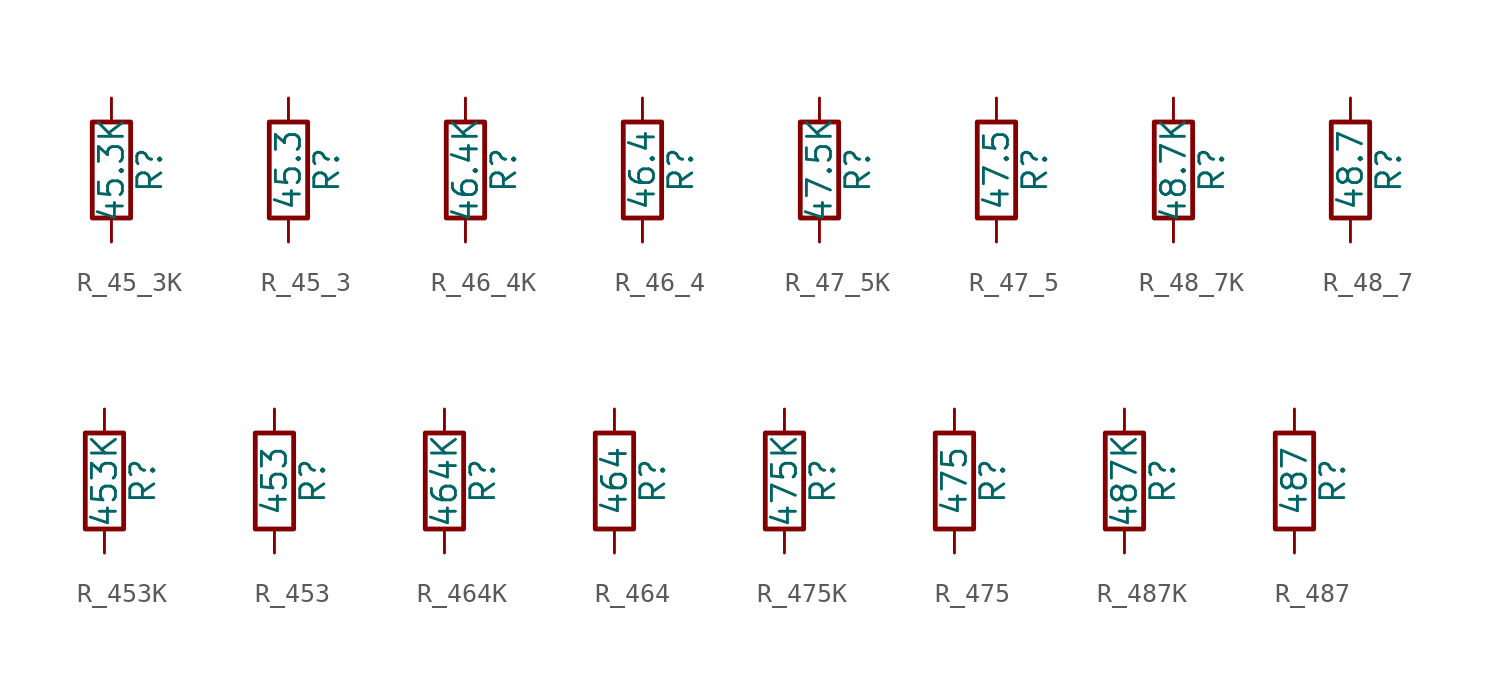
<source format=kicad_sym>
(kicad_symbol_lib
  (version 20211014)
  (generator atlantix-eda)
  (symbol "R_45_3K"
    (pin_numbers hide)
    (pin_names
      (offset 0))
    (property "Reference" "R"
      (at 2.032 0 90)
      (effects (font (size 1.27 1.27))))
    (property "Value" "45.3K"
      (at 0 0 90)
      (effects (font (size 1.27 1.27))))
    (symbol "R_45_3K_0_1"
      (rectangle (start -1.016 -2.54) (end 1.016 2.54) (stroke (width 0.254) (type default) (color 0 0 0 0)) (fill (type none))))
    (symbol "R_45_3K_1_1"
      (pin passive line (at 0 3.81 270) (length 1.27) (name "~" (effects (font (size 1.27 1.27)))) (number "1" (effects (font (size 1.27 1.27)))))
      (pin passive line (at 0 -3.81 90) (length 1.27) (name "~" (effects (font (size 1.27 1.27)))) (number "2" (effects (font (size 1.27 1.27)))))))
  (symbol "R_45_3"
    (pin_numbers hide)
    (pin_names
      (offset 0))
    (property "Reference" "R"
      (at 2.032 0 90)
      (effects (font (size 1.27 1.27))))
    (property "Value" "45.3"
      (at 0 0 90)
      (effects (font (size 1.27 1.27))))
    (symbol "R_45_3_0_1"
      (rectangle (start -1.016 -2.54) (end 1.016 2.54) (stroke (width 0.254) (type default) (color 0 0 0 0)) (fill (type none))))
    (symbol "R_45_3_1_1"
      (pin passive line (at 0 3.81 270) (length 1.27) (name "~" (effects (font (size 1.27 1.27)))) (number "1" (effects (font (size 1.27 1.27)))))
      (pin passive line (at 0 -3.81 90) (length 1.27) (name "~" (effects (font (size 1.27 1.27)))) (number "2" (effects (font (size 1.27 1.27)))))))
  (symbol "R_46_4K"
    (pin_numbers hide)
    (pin_names
      (offset 0))
    (property "Reference" "R"
      (at 2.032 0 90)
      (effects (font (size 1.27 1.27))))
    (property "Value" "46.4K"
      (at 0 0 90)
      (effects (font (size 1.27 1.27))))
    (symbol "R_46_4K_0_1"
      (rectangle (start -1.016 -2.54) (end 1.016 2.54) (stroke (width 0.254) (type default) (color 0 0 0 0)) (fill (type none))))
    (symbol "R_46_4K_1_1"
      (pin passive line (at 0 3.81 270) (length 1.27) (name "~" (effects (font (size 1.27 1.27)))) (number "1" (effects (font (size 1.27 1.27)))))
      (pin passive line (at 0 -3.81 90) (length 1.27) (name "~" (effects (font (size 1.27 1.27)))) (number "2" (effects (font (size 1.27 1.27)))))))
  (symbol "R_46_4"
    (pin_numbers hide)
    (pin_names
      (offset 0))
    (property "Reference" "R"
      (at 2.032 0 90)
      (effects (font (size 1.27 1.27))))
    (property "Value" "46.4"
      (at 0 0 90)
      (effects (font (size 1.27 1.27))))
    (symbol "R_46_4_0_1"
      (rectangle (start -1.016 -2.54) (end 1.016 2.54) (stroke (width 0.254) (type default) (color 0 0 0 0)) (fill (type none))))
    (symbol "R_46_4_1_1"
      (pin passive line (at 0 3.81 270) (length 1.27) (name "~" (effects (font (size 1.27 1.27)))) (number "1" (effects (font (size 1.27 1.27)))))
      (pin passive line (at 0 -3.81 90) (length 1.27) (name "~" (effects (font (size 1.27 1.27)))) (number "2" (effects (font (size 1.27 1.27)))))))
  (symbol "R_47_5K"
    (pin_numbers hide)
    (pin_names
      (offset 0))
    (property "Reference" "R"
      (at 2.032 0 90)
      (effects (font (size 1.27 1.27))))
    (property "Value" "47.5K"
      (at 0 0 90)
      (effects (font (size 1.27 1.27))))
    (symbol "R_47_5K_0_1"
      (rectangle (start -1.016 -2.54) (end 1.016 2.54) (stroke (width 0.254) (type default) (color 0 0 0 0)) (fill (type none))))
    (symbol "R_47_5K_1_1"
      (pin passive line (at 0 3.81 270) (length 1.27) (name "~" (effects (font (size 1.27 1.27)))) (number "1" (effects (font (size 1.27 1.27)))))
      (pin passive line (at 0 -3.81 90) (length 1.27) (name "~" (effects (font (size 1.27 1.27)))) (number "2" (effects (font (size 1.27 1.27)))))))
  (symbol "R_47_5"
    (pin_numbers hide)
    (pin_names
      (offset 0))
    (property "Reference" "R"
      (at 2.032 0 90)
      (effects (font (size 1.27 1.27))))
    (property "Value" "47.5"
      (at 0 0 90)
      (effects (font (size 1.27 1.27))))
    (symbol "R_47_5_0_1"
      (rectangle (start -1.016 -2.54) (end 1.016 2.54) (stroke (width 0.254) (type default) (color 0 0 0 0)) (fill (type none))))
    (symbol "R_47_5_1_1"
      (pin passive line (at 0 3.81 270) (length 1.27) (name "~" (effects (font (size 1.27 1.27)))) (number "1" (effects (font (size 1.27 1.27)))))
      (pin passive line (at 0 -3.81 90) (length 1.27) (name "~" (effects (font (size 1.27 1.27)))) (number "2" (effects (font (size 1.27 1.27)))))))
  (symbol "R_48_7K"
    (pin_numbers hide)
    (pin_names
      (offset 0))
    (property "Reference" "R"
      (at 2.032 0 90)
      (effects (font (size 1.27 1.27))))
    (property "Value" "48.7K"
      (at 0 0 90)
      (effects (font (size 1.27 1.27))))
    (symbol "R_48_7K_0_1"
      (rectangle (start -1.016 -2.54) (end 1.016 2.54) (stroke (width 0.254) (type default) (color 0 0 0 0)) (fill (type none))))
    (symbol "R_48_7K_1_1"
      (pin passive line (at 0 3.81 270) (length 1.27) (name "~" (effects (font (size 1.27 1.27)))) (number "1" (effects (font (size 1.27 1.27)))))
      (pin passive line (at 0 -3.81 90) (length 1.27) (name "~" (effects (font (size 1.27 1.27)))) (number "2" (effects (font (size 1.27 1.27)))))))
  (symbol "R_48_7"
    (pin_numbers hide)
    (pin_names
      (offset 0))
    (property "Reference" "R"
      (at 2.032 0 90)
      (effects (font (size 1.27 1.27))))
    (property "Value" "48.7"
      (at 0 0 90)
      (effects (font (size 1.27 1.27))))
    (symbol "R_48_7_0_1"
      (rectangle (start -1.016 -2.54) (end 1.016 2.54) (stroke (width 0.254) (type default) (color 0 0 0 0)) (fill (type none))))
    (symbol "R_48_7_1_1"
      (pin passive line (at 0 3.81 270) (length 1.27) (name "~" (effects (font (size 1.27 1.27)))) (number "1" (effects (font (size 1.27 1.27)))))
      (pin passive line (at 0 -3.81 90) (length 1.27) (name "~" (effects (font (size 1.27 1.27)))) (number "2" (effects (font (size 1.27 1.27)))))))
  (symbol "R_453K"
    (pin_numbers hide)
    (pin_names
      (offset 0))
    (property "Reference" "R"
      (at 2.032 0 90)
      (effects (font (size 1.27 1.27))))
    (property "Value" "453K"
      (at 0 0 90)
      (effects (font (size 1.27 1.27))))
    (symbol "R_453K_0_1"
      (rectangle (start -1.016 -2.54) (end 1.016 2.54) (stroke (width 0.254) (type default) (color 0 0 0 0)) (fill (type none))))
    (symbol "R_453K_1_1"
      (pin passive line (at 0 3.81 270) (length 1.27) (name "~" (effects (font (size 1.27 1.27)))) (number "1" (effects (font (size 1.27 1.27)))))
      (pin passive line (at 0 -3.81 90) (length 1.27) (name "~" (effects (font (size 1.27 1.27)))) (number "2" (effects (font (size 1.27 1.27)))))))
  (symbol "R_453"
    (pin_numbers hide)
    (pin_names
      (offset 0))
    (property "Reference" "R"
      (at 2.032 0 90)
      (effects (font (size 1.27 1.27))))
    (property "Value" "453"
      (at 0 0 90)
      (effects (font (size 1.27 1.27))))
    (symbol "R_453_0_1"
      (rectangle (start -1.016 -2.54) (end 1.016 2.54) (stroke (width 0.254) (type default) (color 0 0 0 0)) (fill (type none))))
    (symbol "R_453_1_1"
      (pin passive line (at 0 3.81 270) (length 1.27) (name "~" (effects (font (size 1.27 1.27)))) (number "1" (effects (font (size 1.27 1.27)))))
      (pin passive line (at 0 -3.81 90) (length 1.27) (name "~" (effects (font (size 1.27 1.27)))) (number "2" (effects (font (size 1.27 1.27)))))))
  (symbol "R_464K"
    (pin_numbers hide)
    (pin_names
      (offset 0))
    (property "Reference" "R"
      (at 2.032 0 90)
      (effects (font (size 1.27 1.27))))
    (property "Value" "464K"
      (at 0 0 90)
      (effects (font (size 1.27 1.27))))
    (symbol "R_464K_0_1"
      (rectangle (start -1.016 -2.54) (end 1.016 2.54) (stroke (width 0.254) (type default) (color 0 0 0 0)) (fill (type none))))
    (symbol "R_464K_1_1"
      (pin passive line (at 0 3.81 270) (length 1.27) (name "~" (effects (font (size 1.27 1.27)))) (number "1" (effects (font (size 1.27 1.27)))))
      (pin passive line (at 0 -3.81 90) (length 1.27) (name "~" (effects (font (size 1.27 1.27)))) (number "2" (effects (font (size 1.27 1.27)))))))
  (symbol "R_464"
    (pin_numbers hide)
    (pin_names
      (offset 0))
    (property "Reference" "R"
      (at 2.032 0 90)
      (effects (font (size 1.27 1.27))))
    (property "Value" "464"
      (at 0 0 90)
      (effects (font (size 1.27 1.27))))
    (symbol "R_464_0_1"
      (rectangle (start -1.016 -2.54) (end 1.016 2.54) (stroke (width 0.254) (type default) (color 0 0 0 0)) (fill (type none))))
    (symbol "R_464_1_1"
      (pin passive line (at 0 3.81 270) (length 1.27) (name "~" (effects (font (size 1.27 1.27)))) (number "1" (effects (font (size 1.27 1.27)))))
      (pin passive line (at 0 -3.81 90) (length 1.27) (name "~" (effects (font (size 1.27 1.27)))) (number "2" (effects (font (size 1.27 1.27)))))))
  (symbol "R_475K"
    (pin_numbers hide)
    (pin_names
      (offset 0))
    (property "Reference" "R"
      (at 2.032 0 90)
      (effects (font (size 1.27 1.27))))
    (property "Value" "475K"
      (at 0 0 90)
      (effects (font (size 1.27 1.27))))
    (symbol "R_475K_0_1"
      (rectangle (start -1.016 -2.54) (end 1.016 2.54) (stroke (width 0.254) (type default) (color 0 0 0 0)) (fill (type none))))
    (symbol "R_475K_1_1"
      (pin passive line (at 0 3.81 270) (length 1.27) (name "~" (effects (font (size 1.27 1.27)))) (number "1" (effects (font (size 1.27 1.27)))))
      (pin passive line (at 0 -3.81 90) (length 1.27) (name "~" (effects (font (size 1.27 1.27)))) (number "2" (effects (font (size 1.27 1.27)))))))
  (symbol "R_475"
    (pin_numbers hide)
    (pin_names
      (offset 0))
    (property "Reference" "R"
      (at 2.032 0 90)
      (effects (font (size 1.27 1.27))))
    (property "Value" "475"
      (at 0 0 90)
      (effects (font (size 1.27 1.27))))
    (symbol "R_475_0_1"
      (rectangle (start -1.016 -2.54) (end 1.016 2.54) (stroke (width 0.254) (type default) (color 0 0 0 0)) (fill (type none))))
    (symbol "R_475_1_1"
      (pin passive line (at 0 3.81 270) (length 1.27) (name "~" (effects (font (size 1.27 1.27)))) (number "1" (effects (font (size 1.27 1.27)))))
      (pin passive line (at 0 -3.81 90) (length 1.27) (name "~" (effects (font (size 1.27 1.27)))) (number "2" (effects (font (size 1.27 1.27)))))))
  (symbol "R_487K"
    (pin_numbers hide)
    (pin_names
      (offset 0))
    (property "Reference" "R"
      (at 2.032 0 90)
      (effects (font (size 1.27 1.27))))
    (property "Value" "487K"
      (at 0 0 90)
      (effects (font (size 1.27 1.27))))
    (symbol "R_487K_0_1"
      (rectangle (start -1.016 -2.54) (end 1.016 2.54) (stroke (width 0.254) (type default) (color 0 0 0 0)) (fill (type none))))
    (symbol "R_487K_1_1"
      (pin passive line (at 0 3.81 270) (length 1.27) (name "~" (effects (font (size 1.27 1.27)))) (number "1" (effects (font (size 1.27 1.27)))))
      (pin passive line (at 0 -3.81 90) (length 1.27) (name "~" (effects (font (size 1.27 1.27)))) (number "2" (effects (font (size 1.27 1.27)))))))
  (symbol "R_487"
    (pin_numbers hide)
    (pin_names
      (offset 0))
    (property "Reference" "R"
      (at 2.032 0 90)
      (effects (font (size 1.27 1.27))))
    (property "Value" "487"
      (at 0 0 90)
      (effects (font (size 1.27 1.27))))
    (symbol "R_487_0_1"
      (rectangle (start -1.016 -2.54) (end 1.016 2.54) (stroke (width 0.254) (type default) (color 0 0 0 0)) (fill (type none))))
    (symbol "R_487_1_1"
      (pin passive line (at 0 3.81 270) (length 1.27) (name "~" (effects (font (size 1.27 1.27)))) (number "1" (effects (font (size 1.27 1.27)))))
      (pin passive line (at 0 -3.81 90) (length 1.27) (name "~" (effects (font (size 1.27 1.27)))) (number "2" (effects (font (size 1.27 1.27))))))))
</source>
